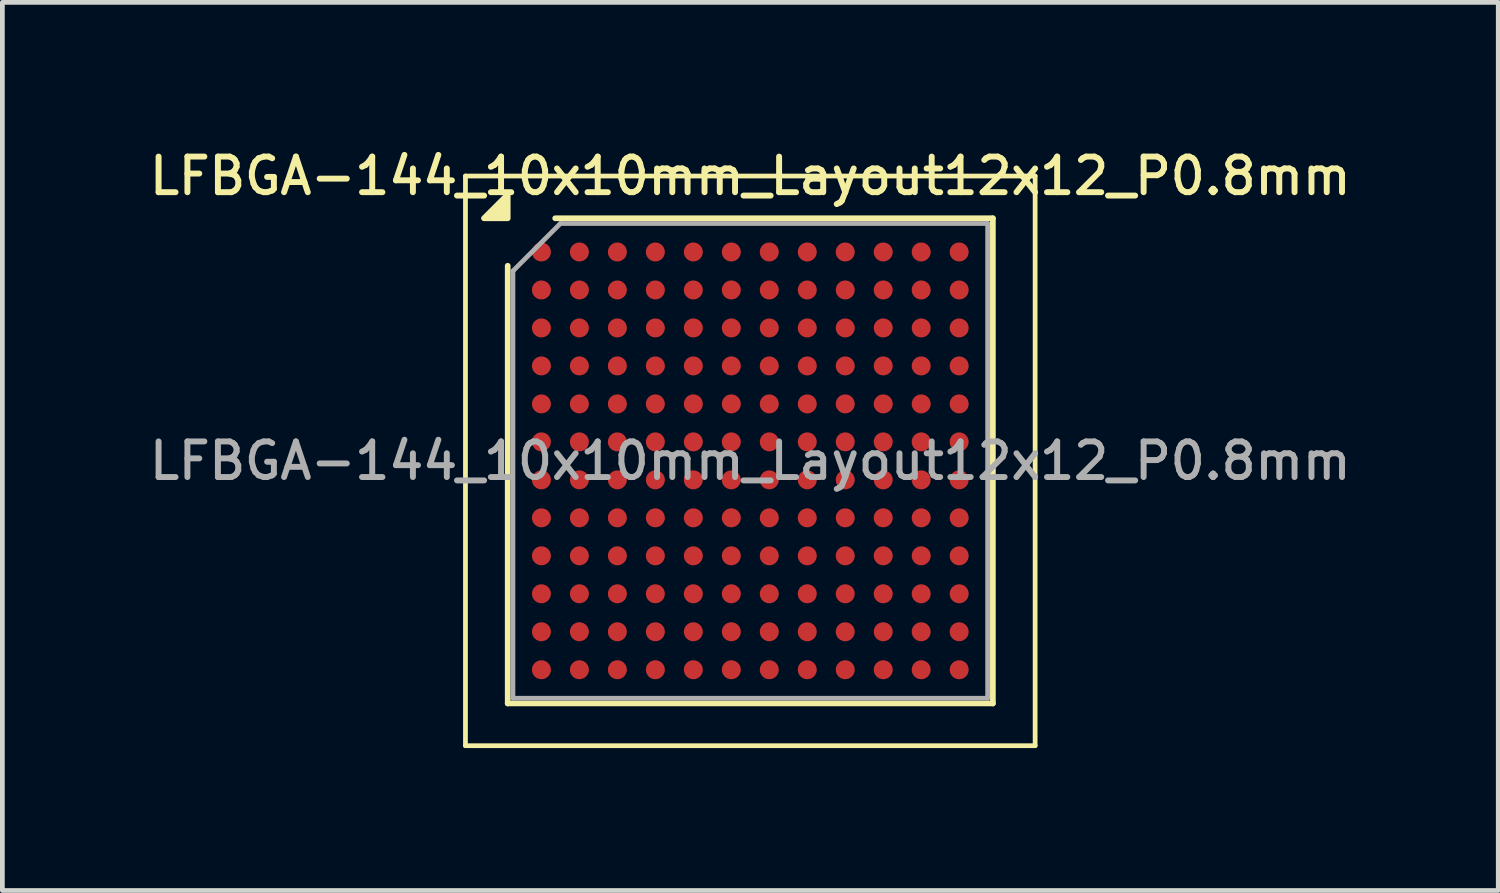
<source format=kicad_pcb>
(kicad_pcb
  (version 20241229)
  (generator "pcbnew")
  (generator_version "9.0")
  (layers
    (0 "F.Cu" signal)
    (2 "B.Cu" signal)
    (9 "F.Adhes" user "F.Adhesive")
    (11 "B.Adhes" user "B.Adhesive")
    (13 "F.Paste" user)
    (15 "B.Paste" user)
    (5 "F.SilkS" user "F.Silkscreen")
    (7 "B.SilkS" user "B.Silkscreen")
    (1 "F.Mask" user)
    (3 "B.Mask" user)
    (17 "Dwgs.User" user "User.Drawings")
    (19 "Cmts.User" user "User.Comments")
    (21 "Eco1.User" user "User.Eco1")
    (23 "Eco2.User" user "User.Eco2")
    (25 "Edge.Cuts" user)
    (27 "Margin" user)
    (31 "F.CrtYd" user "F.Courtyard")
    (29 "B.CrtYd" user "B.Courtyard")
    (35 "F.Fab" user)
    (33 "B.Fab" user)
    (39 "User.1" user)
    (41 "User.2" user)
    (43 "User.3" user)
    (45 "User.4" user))
  (footprint "LFBGA-144_10x10mm_Layout12x12_P0.8mm"
    (layer "F.Cu")
    (at 12.755 6.658)
    (property "Reference" "LFBGA-144_10x10mm_Layout12x12_P0.8mm" (at 0 -6 0) (layer "F.SilkS") (effects (font (size 0.75 0.75) (thickness 0.125))))
    (attr smd)
    (fp_line (start -6 -6) (end -6 6) (stroke (width 0.1) (type solid)) (layer "F.SilkS"))
    (fp_line (start -6 6) (end 6 6) (stroke (width 0.1) (type solid)) (layer "F.SilkS"))
    (fp_line (start -5.11 5.11) (end -5.11 -4.11) (stroke (width 0.12) (type solid)) (layer "F.SilkS"))
    (fp_line (start -4.11 -5.11) (end 5.11 -5.11) (stroke (width 0.12) (type solid)) (layer "F.SilkS"))
    (fp_line (start 5.11 -5.11) (end 5.11 5.11) (stroke (width 0.12) (type solid)) (layer "F.SilkS"))
    (fp_line (start 5.11 5.11) (end -5.11 5.11) (stroke (width 0.12) (type solid)) (layer "F.SilkS"))
    (fp_line (start 6 -6) (end -6 -6) (stroke (width 0.1) (type solid)) (layer "F.SilkS"))
    (fp_line (start 6 6) (end 6 -6) (stroke (width 0.1) (type solid)) (layer "F.SilkS"))
    (fp_poly (pts (xy -5.11 -5.11) (xy -5.61 -5.11) (xy -5.11 -5.61) (xy -5.11 -5.11)) (stroke (width 0.12) (type solid)) (fill yes) (layer "F.SilkS"))
    (fp_line (start -5 -4) (end -4 -5) (stroke (width 0.1) (type solid)) (layer "F.Fab"))
    (fp_line (start -5 5) (end -5 -4) (stroke (width 0.1) (type solid)) (layer "F.Fab"))
    (fp_line (start -4 -5) (end 5 -5) (stroke (width 0.1) (type solid)) (layer "F.Fab"))
    (fp_line (start 5 -5) (end 5 5) (stroke (width 0.1) (type solid)) (layer "F.Fab"))
    (fp_line (start 5 5) (end -5 5) (stroke (width 0.1) (type solid)) (layer "F.Fab"))
    (fp_text user "${REFERENCE}" (at 0 0 0) (layer "F.Fab") (effects (font (size 0.75 0.75) (thickness 0.125))))
    (pad "A1" smd circle (at -4.4 -4.4) (size 0.4 0.4) (property pad_prop_bga) (layers "F.Cu" "F.Mask" "F.Paste"))
    (pad "A2" smd circle (at -3.6 -4.4) (size 0.4 0.4) (property pad_prop_bga) (layers "F.Cu" "F.Mask" "F.Paste"))
    (pad "A3" smd circle (at -2.8 -4.4) (size 0.4 0.4) (property pad_prop_bga) (layers "F.Cu" "F.Mask" "F.Paste"))
    (pad "A4" smd circle (at -2 -4.4) (size 0.4 0.4) (property pad_prop_bga) (layers "F.Cu" "F.Mask" "F.Paste"))
    (pad "A5" smd circle (at -1.2 -4.4) (size 0.4 0.4) (property pad_prop_bga) (layers "F.Cu" "F.Mask" "F.Paste"))
    (pad "A6" smd circle (at -0.4 -4.4) (size 0.4 0.4) (property pad_prop_bga) (layers "F.Cu" "F.Mask" "F.Paste"))
    (pad "A7" smd circle (at 0.4 -4.4) (size 0.4 0.4) (property pad_prop_bga) (layers "F.Cu" "F.Mask" "F.Paste"))
    (pad "A8" smd circle (at 1.2 -4.4) (size 0.4 0.4) (property pad_prop_bga) (layers "F.Cu" "F.Mask" "F.Paste"))
    (pad "A9" smd circle (at 2 -4.4) (size 0.4 0.4) (property pad_prop_bga) (layers "F.Cu" "F.Mask" "F.Paste"))
    (pad "A10" smd circle (at 2.8 -4.4) (size 0.4 0.4) (property pad_prop_bga) (layers "F.Cu" "F.Mask" "F.Paste"))
    (pad "A11" smd circle (at 3.6 -4.4) (size 0.4 0.4) (property pad_prop_bga) (layers "F.Cu" "F.Mask" "F.Paste"))
    (pad "A12" smd circle (at 4.4 -4.4) (size 0.4 0.4) (property pad_prop_bga) (layers "F.Cu" "F.Mask" "F.Paste"))
    (pad "B1" smd circle (at -4.4 -3.6) (size 0.4 0.4) (property pad_prop_bga) (layers "F.Cu" "F.Mask" "F.Paste"))
    (pad "B2" smd circle (at -3.6 -3.6) (size 0.4 0.4) (property pad_prop_bga) (layers "F.Cu" "F.Mask" "F.Paste"))
    (pad "B3" smd circle (at -2.8 -3.6) (size 0.4 0.4) (property pad_prop_bga) (layers "F.Cu" "F.Mask" "F.Paste"))
    (pad "B4" smd circle (at -2 -3.6) (size 0.4 0.4) (property pad_prop_bga) (layers "F.Cu" "F.Mask" "F.Paste"))
    (pad "B5" smd circle (at -1.2 -3.6) (size 0.4 0.4) (property pad_prop_bga) (layers "F.Cu" "F.Mask" "F.Paste"))
    (pad "B6" smd circle (at -0.4 -3.6) (size 0.4 0.4) (property pad_prop_bga) (layers "F.Cu" "F.Mask" "F.Paste"))
    (pad "B7" smd circle (at 0.4 -3.6) (size 0.4 0.4) (property pad_prop_bga) (layers "F.Cu" "F.Mask" "F.Paste"))
    (pad "B8" smd circle (at 1.2 -3.6) (size 0.4 0.4) (property pad_prop_bga) (layers "F.Cu" "F.Mask" "F.Paste"))
    (pad "B9" smd circle (at 2 -3.6) (size 0.4 0.4) (property pad_prop_bga) (layers "F.Cu" "F.Mask" "F.Paste"))
    (pad "B10" smd circle (at 2.8 -3.6) (size 0.4 0.4) (property pad_prop_bga) (layers "F.Cu" "F.Mask" "F.Paste"))
    (pad "B11" smd circle (at 3.6 -3.6) (size 0.4 0.4) (property pad_prop_bga) (layers "F.Cu" "F.Mask" "F.Paste"))
    (pad "B12" smd circle (at 4.4 -3.6) (size 0.4 0.4) (property pad_prop_bga) (layers "F.Cu" "F.Mask" "F.Paste"))
    (pad "C1" smd circle (at -4.4 -2.8) (size 0.4 0.4) (property pad_prop_bga) (layers "F.Cu" "F.Mask" "F.Paste"))
    (pad "C2" smd circle (at -3.6 -2.8) (size 0.4 0.4) (property pad_prop_bga) (layers "F.Cu" "F.Mask" "F.Paste"))
    (pad "C3" smd circle (at -2.8 -2.8) (size 0.4 0.4) (property pad_prop_bga) (layers "F.Cu" "F.Mask" "F.Paste"))
    (pad "C4" smd circle (at -2 -2.8) (size 0.4 0.4) (property pad_prop_bga) (layers "F.Cu" "F.Mask" "F.Paste"))
    (pad "C5" smd circle (at -1.2 -2.8) (size 0.4 0.4) (property pad_prop_bga) (layers "F.Cu" "F.Mask" "F.Paste"))
    (pad "C6" smd circle (at -0.4 -2.8) (size 0.4 0.4) (property pad_prop_bga) (layers "F.Cu" "F.Mask" "F.Paste"))
    (pad "C7" smd circle (at 0.4 -2.8) (size 0.4 0.4) (property pad_prop_bga) (layers "F.Cu" "F.Mask" "F.Paste"))
    (pad "C8" smd circle (at 1.2 -2.8) (size 0.4 0.4) (property pad_prop_bga) (layers "F.Cu" "F.Mask" "F.Paste"))
    (pad "C9" smd circle (at 2 -2.8) (size 0.4 0.4) (property pad_prop_bga) (layers "F.Cu" "F.Mask" "F.Paste"))
    (pad "C10" smd circle (at 2.8 -2.8) (size 0.4 0.4) (property pad_prop_bga) (layers "F.Cu" "F.Mask" "F.Paste"))
    (pad "C11" smd circle (at 3.6 -2.8) (size 0.4 0.4) (property pad_prop_bga) (layers "F.Cu" "F.Mask" "F.Paste"))
    (pad "C12" smd circle (at 4.4 -2.8) (size 0.4 0.4) (property pad_prop_bga) (layers "F.Cu" "F.Mask" "F.Paste"))
    (pad "D1" smd circle (at -4.4 -2) (size 0.4 0.4) (property pad_prop_bga) (layers "F.Cu" "F.Mask" "F.Paste"))
    (pad "D2" smd circle (at -3.6 -2) (size 0.4 0.4) (property pad_prop_bga) (layers "F.Cu" "F.Mask" "F.Paste"))
    (pad "D3" smd circle (at -2.8 -2) (size 0.4 0.4) (property pad_prop_bga) (layers "F.Cu" "F.Mask" "F.Paste"))
    (pad "D4" smd circle (at -2 -2) (size 0.4 0.4) (property pad_prop_bga) (layers "F.Cu" "F.Mask" "F.Paste"))
    (pad "D5" smd circle (at -1.2 -2) (size 0.4 0.4) (property pad_prop_bga) (layers "F.Cu" "F.Mask" "F.Paste"))
    (pad "D6" smd circle (at -0.4 -2) (size 0.4 0.4) (property pad_prop_bga) (layers "F.Cu" "F.Mask" "F.Paste"))
    (pad "D7" smd circle (at 0.4 -2) (size 0.4 0.4) (property pad_prop_bga) (layers "F.Cu" "F.Mask" "F.Paste"))
    (pad "D8" smd circle (at 1.2 -2) (size 0.4 0.4) (property pad_prop_bga) (layers "F.Cu" "F.Mask" "F.Paste"))
    (pad "D9" smd circle (at 2 -2) (size 0.4 0.4) (property pad_prop_bga) (layers "F.Cu" "F.Mask" "F.Paste"))
    (pad "D10" smd circle (at 2.8 -2) (size 0.4 0.4) (property pad_prop_bga) (layers "F.Cu" "F.Mask" "F.Paste"))
    (pad "D11" smd circle (at 3.6 -2) (size 0.4 0.4) (property pad_prop_bga) (layers "F.Cu" "F.Mask" "F.Paste"))
    (pad "D12" smd circle (at 4.4 -2) (size 0.4 0.4) (property pad_prop_bga) (layers "F.Cu" "F.Mask" "F.Paste"))
    (pad "E1" smd circle (at -4.4 -1.2) (size 0.4 0.4) (property pad_prop_bga) (layers "F.Cu" "F.Mask" "F.Paste"))
    (pad "E2" smd circle (at -3.6 -1.2) (size 0.4 0.4) (property pad_prop_bga) (layers "F.Cu" "F.Mask" "F.Paste"))
    (pad "E3" smd circle (at -2.8 -1.2) (size 0.4 0.4) (property pad_prop_bga) (layers "F.Cu" "F.Mask" "F.Paste"))
    (pad "E4" smd circle (at -2 -1.2) (size 0.4 0.4) (property pad_prop_bga) (layers "F.Cu" "F.Mask" "F.Paste"))
    (pad "E5" smd circle (at -1.2 -1.2) (size 0.4 0.4) (property pad_prop_bga) (layers "F.Cu" "F.Mask" "F.Paste"))
    (pad "E6" smd circle (at -0.4 -1.2) (size 0.4 0.4) (property pad_prop_bga) (layers "F.Cu" "F.Mask" "F.Paste"))
    (pad "E7" smd circle (at 0.4 -1.2) (size 0.4 0.4) (property pad_prop_bga) (layers "F.Cu" "F.Mask" "F.Paste"))
    (pad "E8" smd circle (at 1.2 -1.2) (size 0.4 0.4) (property pad_prop_bga) (layers "F.Cu" "F.Mask" "F.Paste"))
    (pad "E9" smd circle (at 2 -1.2) (size 0.4 0.4) (property pad_prop_bga) (layers "F.Cu" "F.Mask" "F.Paste"))
    (pad "E10" smd circle (at 2.8 -1.2) (size 0.4 0.4) (property pad_prop_bga) (layers "F.Cu" "F.Mask" "F.Paste"))
    (pad "E11" smd circle (at 3.6 -1.2) (size 0.4 0.4) (property pad_prop_bga) (layers "F.Cu" "F.Mask" "F.Paste"))
    (pad "E12" smd circle (at 4.4 -1.2) (size 0.4 0.4) (property pad_prop_bga) (layers "F.Cu" "F.Mask" "F.Paste"))
    (pad "F1" smd circle (at -4.4 -0.4) (size 0.4 0.4) (property pad_prop_bga) (layers "F.Cu" "F.Mask" "F.Paste"))
    (pad "F2" smd circle (at -3.6 -0.4) (size 0.4 0.4) (property pad_prop_bga) (layers "F.Cu" "F.Mask" "F.Paste"))
    (pad "F3" smd circle (at -2.8 -0.4) (size 0.4 0.4) (property pad_prop_bga) (layers "F.Cu" "F.Mask" "F.Paste"))
    (pad "F4" smd circle (at -2 -0.4) (size 0.4 0.4) (property pad_prop_bga) (layers "F.Cu" "F.Mask" "F.Paste"))
    (pad "F5" smd circle (at -1.2 -0.4) (size 0.4 0.4) (property pad_prop_bga) (layers "F.Cu" "F.Mask" "F.Paste"))
    (pad "F6" smd circle (at -0.4 -0.4) (size 0.4 0.4) (property pad_prop_bga) (layers "F.Cu" "F.Mask" "F.Paste"))
    (pad "F7" smd circle (at 0.4 -0.4) (size 0.4 0.4) (property pad_prop_bga) (layers "F.Cu" "F.Mask" "F.Paste"))
    (pad "F8" smd circle (at 1.2 -0.4) (size 0.4 0.4) (property pad_prop_bga) (layers "F.Cu" "F.Mask" "F.Paste"))
    (pad "F9" smd circle (at 2 -0.4) (size 0.4 0.4) (property pad_prop_bga) (layers "F.Cu" "F.Mask" "F.Paste"))
    (pad "F10" smd circle (at 2.8 -0.4) (size 0.4 0.4) (property pad_prop_bga) (layers "F.Cu" "F.Mask" "F.Paste"))
    (pad "F11" smd circle (at 3.6 -0.4) (size 0.4 0.4) (property pad_prop_bga) (layers "F.Cu" "F.Mask" "F.Paste"))
    (pad "F12" smd circle (at 4.4 -0.4) (size 0.4 0.4) (property pad_prop_bga) (layers "F.Cu" "F.Mask" "F.Paste"))
    (pad "G1" smd circle (at -4.4 0.4) (size 0.4 0.4) (property pad_prop_bga) (layers "F.Cu" "F.Mask" "F.Paste"))
    (pad "G2" smd circle (at -3.6 0.4) (size 0.4 0.4) (property pad_prop_bga) (layers "F.Cu" "F.Mask" "F.Paste"))
    (pad "G3" smd circle (at -2.8 0.4) (size 0.4 0.4) (property pad_prop_bga) (layers "F.Cu" "F.Mask" "F.Paste"))
    (pad "G4" smd circle (at -2 0.4) (size 0.4 0.4) (property pad_prop_bga) (layers "F.Cu" "F.Mask" "F.Paste"))
    (pad "G5" smd circle (at -1.2 0.4) (size 0.4 0.4) (property pad_prop_bga) (layers "F.Cu" "F.Mask" "F.Paste"))
    (pad "G6" smd circle (at -0.4 0.4) (size 0.4 0.4) (property pad_prop_bga) (layers "F.Cu" "F.Mask" "F.Paste"))
    (pad "G7" smd circle (at 0.4 0.4) (size 0.4 0.4) (property pad_prop_bga) (layers "F.Cu" "F.Mask" "F.Paste"))
    (pad "G8" smd circle (at 1.2 0.4) (size 0.4 0.4) (property pad_prop_bga) (layers "F.Cu" "F.Mask" "F.Paste"))
    (pad "G9" smd circle (at 2 0.4) (size 0.4 0.4) (property pad_prop_bga) (layers "F.Cu" "F.Mask" "F.Paste"))
    (pad "G10" smd circle (at 2.8 0.4) (size 0.4 0.4) (property pad_prop_bga) (layers "F.Cu" "F.Mask" "F.Paste"))
    (pad "G11" smd circle (at 3.6 0.4) (size 0.4 0.4) (property pad_prop_bga) (layers "F.Cu" "F.Mask" "F.Paste"))
    (pad "G12" smd circle (at 4.4 0.4) (size 0.4 0.4) (property pad_prop_bga) (layers "F.Cu" "F.Mask" "F.Paste"))
    (pad "H1" smd circle (at -4.4 1.2) (size 0.4 0.4) (property pad_prop_bga) (layers "F.Cu" "F.Mask" "F.Paste"))
    (pad "H2" smd circle (at -3.6 1.2) (size 0.4 0.4) (property pad_prop_bga) (layers "F.Cu" "F.Mask" "F.Paste"))
    (pad "H3" smd circle (at -2.8 1.2) (size 0.4 0.4) (property pad_prop_bga) (layers "F.Cu" "F.Mask" "F.Paste"))
    (pad "H4" smd circle (at -2 1.2) (size 0.4 0.4) (property pad_prop_bga) (layers "F.Cu" "F.Mask" "F.Paste"))
    (pad "H5" smd circle (at -1.2 1.2) (size 0.4 0.4) (property pad_prop_bga) (layers "F.Cu" "F.Mask" "F.Paste"))
    (pad "H6" smd circle (at -0.4 1.2) (size 0.4 0.4) (property pad_prop_bga) (layers "F.Cu" "F.Mask" "F.Paste"))
    (pad "H7" smd circle (at 0.4 1.2) (size 0.4 0.4) (property pad_prop_bga) (layers "F.Cu" "F.Mask" "F.Paste"))
    (pad "H8" smd circle (at 1.2 1.2) (size 0.4 0.4) (property pad_prop_bga) (layers "F.Cu" "F.Mask" "F.Paste"))
    (pad "H9" smd circle (at 2 1.2) (size 0.4 0.4) (property pad_prop_bga) (layers "F.Cu" "F.Mask" "F.Paste"))
    (pad "H10" smd circle (at 2.8 1.2) (size 0.4 0.4) (property pad_prop_bga) (layers "F.Cu" "F.Mask" "F.Paste"))
    (pad "H11" smd circle (at 3.6 1.2) (size 0.4 0.4) (property pad_prop_bga) (layers "F.Cu" "F.Mask" "F.Paste"))
    (pad "H12" smd circle (at 4.4 1.2) (size 0.4 0.4) (property pad_prop_bga) (layers "F.Cu" "F.Mask" "F.Paste"))
    (pad "J1" smd circle (at -4.4 2) (size 0.4 0.4) (property pad_prop_bga) (layers "F.Cu" "F.Mask" "F.Paste"))
    (pad "J2" smd circle (at -3.6 2) (size 0.4 0.4) (property pad_prop_bga) (layers "F.Cu" "F.Mask" "F.Paste"))
    (pad "J3" smd circle (at -2.8 2) (size 0.4 0.4) (property pad_prop_bga) (layers "F.Cu" "F.Mask" "F.Paste"))
    (pad "J4" smd circle (at -2 2) (size 0.4 0.4) (property pad_prop_bga) (layers "F.Cu" "F.Mask" "F.Paste"))
    (pad "J5" smd circle (at -1.2 2) (size 0.4 0.4) (property pad_prop_bga) (layers "F.Cu" "F.Mask" "F.Paste"))
    (pad "J6" smd circle (at -0.4 2) (size 0.4 0.4) (property pad_prop_bga) (layers "F.Cu" "F.Mask" "F.Paste"))
    (pad "J7" smd circle (at 0.4 2) (size 0.4 0.4) (property pad_prop_bga) (layers "F.Cu" "F.Mask" "F.Paste"))
    (pad "J8" smd circle (at 1.2 2) (size 0.4 0.4) (property pad_prop_bga) (layers "F.Cu" "F.Mask" "F.Paste"))
    (pad "J9" smd circle (at 2 2) (size 0.4 0.4) (property pad_prop_bga) (layers "F.Cu" "F.Mask" "F.Paste"))
    (pad "J10" smd circle (at 2.8 2) (size 0.4 0.4) (property pad_prop_bga) (layers "F.Cu" "F.Mask" "F.Paste"))
    (pad "J11" smd circle (at 3.6 2) (size 0.4 0.4) (property pad_prop_bga) (layers "F.Cu" "F.Mask" "F.Paste"))
    (pad "J12" smd circle (at 4.4 2) (size 0.4 0.4) (property pad_prop_bga) (layers "F.Cu" "F.Mask" "F.Paste"))
    (pad "K1" smd circle (at -4.4 2.8) (size 0.4 0.4) (property pad_prop_bga) (layers "F.Cu" "F.Mask" "F.Paste"))
    (pad "K2" smd circle (at -3.6 2.8) (size 0.4 0.4) (property pad_prop_bga) (layers "F.Cu" "F.Mask" "F.Paste"))
    (pad "K3" smd circle (at -2.8 2.8) (size 0.4 0.4) (property pad_prop_bga) (layers "F.Cu" "F.Mask" "F.Paste"))
    (pad "K4" smd circle (at -2 2.8) (size 0.4 0.4) (property pad_prop_bga) (layers "F.Cu" "F.Mask" "F.Paste"))
    (pad "K5" smd circle (at -1.2 2.8) (size 0.4 0.4) (property pad_prop_bga) (layers "F.Cu" "F.Mask" "F.Paste"))
    (pad "K6" smd circle (at -0.4 2.8) (size 0.4 0.4) (property pad_prop_bga) (layers "F.Cu" "F.Mask" "F.Paste"))
    (pad "K7" smd circle (at 0.4 2.8) (size 0.4 0.4) (property pad_prop_bga) (layers "F.Cu" "F.Mask" "F.Paste"))
    (pad "K8" smd circle (at 1.2 2.8) (size 0.4 0.4) (property pad_prop_bga) (layers "F.Cu" "F.Mask" "F.Paste"))
    (pad "K9" smd circle (at 2 2.8) (size 0.4 0.4) (property pad_prop_bga) (layers "F.Cu" "F.Mask" "F.Paste"))
    (pad "K10" smd circle (at 2.8 2.8) (size 0.4 0.4) (property pad_prop_bga) (layers "F.Cu" "F.Mask" "F.Paste"))
    (pad "K11" smd circle (at 3.6 2.8) (size 0.4 0.4) (property pad_prop_bga) (layers "F.Cu" "F.Mask" "F.Paste"))
    (pad "K12" smd circle (at 4.4 2.8) (size 0.4 0.4) (property pad_prop_bga) (layers "F.Cu" "F.Mask" "F.Paste"))
    (pad "L1" smd circle (at -4.4 3.6) (size 0.4 0.4) (property pad_prop_bga) (layers "F.Cu" "F.Mask" "F.Paste"))
    (pad "L2" smd circle (at -3.6 3.6) (size 0.4 0.4) (property pad_prop_bga) (layers "F.Cu" "F.Mask" "F.Paste"))
    (pad "L3" smd circle (at -2.8 3.6) (size 0.4 0.4) (property pad_prop_bga) (layers "F.Cu" "F.Mask" "F.Paste"))
    (pad "L4" smd circle (at -2 3.6) (size 0.4 0.4) (property pad_prop_bga) (layers "F.Cu" "F.Mask" "F.Paste"))
    (pad "L5" smd circle (at -1.2 3.6) (size 0.4 0.4) (property pad_prop_bga) (layers "F.Cu" "F.Mask" "F.Paste"))
    (pad "L6" smd circle (at -0.4 3.6) (size 0.4 0.4) (property pad_prop_bga) (layers "F.Cu" "F.Mask" "F.Paste"))
    (pad "L7" smd circle (at 0.4 3.6) (size 0.4 0.4) (property pad_prop_bga) (layers "F.Cu" "F.Mask" "F.Paste"))
    (pad "L8" smd circle (at 1.2 3.6) (size 0.4 0.4) (property pad_prop_bga) (layers "F.Cu" "F.Mask" "F.Paste"))
    (pad "L9" smd circle (at 2 3.6) (size 0.4 0.4) (property pad_prop_bga) (layers "F.Cu" "F.Mask" "F.Paste"))
    (pad "L10" smd circle (at 2.8 3.6) (size 0.4 0.4) (property pad_prop_bga) (layers "F.Cu" "F.Mask" "F.Paste"))
    (pad "L11" smd circle (at 3.6 3.6) (size 0.4 0.4) (property pad_prop_bga) (layers "F.Cu" "F.Mask" "F.Paste"))
    (pad "L12" smd circle (at 4.4 3.6) (size 0.4 0.4) (property pad_prop_bga) (layers "F.Cu" "F.Mask" "F.Paste"))
    (pad "M1" smd circle (at -4.4 4.4) (size 0.4 0.4) (property pad_prop_bga) (layers "F.Cu" "F.Mask" "F.Paste"))
    (pad "M2" smd circle (at -3.6 4.4) (size 0.4 0.4) (property pad_prop_bga) (layers "F.Cu" "F.Mask" "F.Paste"))
    (pad "M3" smd circle (at -2.8 4.4) (size 0.4 0.4) (property pad_prop_bga) (layers "F.Cu" "F.Mask" "F.Paste"))
    (pad "M4" smd circle (at -2 4.4) (size 0.4 0.4) (property pad_prop_bga) (layers "F.Cu" "F.Mask" "F.Paste"))
    (pad "M5" smd circle (at -1.2 4.4) (size 0.4 0.4) (property pad_prop_bga) (layers "F.Cu" "F.Mask" "F.Paste"))
    (pad "M6" smd circle (at -0.4 4.4) (size 0.4 0.4) (property pad_prop_bga) (layers "F.Cu" "F.Mask" "F.Paste"))
    (pad "M7" smd circle (at 0.4 4.4) (size 0.4 0.4) (property pad_prop_bga) (layers "F.Cu" "F.Mask" "F.Paste"))
    (pad "M8" smd circle (at 1.2 4.4) (size 0.4 0.4) (property pad_prop_bga) (layers "F.Cu" "F.Mask" "F.Paste"))
    (pad "M9" smd circle (at 2 4.4) (size 0.4 0.4) (property pad_prop_bga) (layers "F.Cu" "F.Mask" "F.Paste"))
    (pad "M10" smd circle (at 2.8 4.4) (size 0.4 0.4) (property pad_prop_bga) (layers "F.Cu" "F.Mask" "F.Paste"))
    (pad "M11" smd circle (at 3.6 4.4) (size 0.4 0.4) (property pad_prop_bga) (layers "F.Cu" "F.Mask" "F.Paste"))
    (pad "M12" smd circle (at 4.4 4.4) (size 0.4 0.4) (property pad_prop_bga) (layers "F.Cu" "F.Mask" "F.Paste")))
  (gr_rect
    (start -3 -3)
    (end 28.511 15.708)
    (stroke (width 0.1) (type default))
    (fill no)
    (layer "Edge.Cuts")))
</source>
